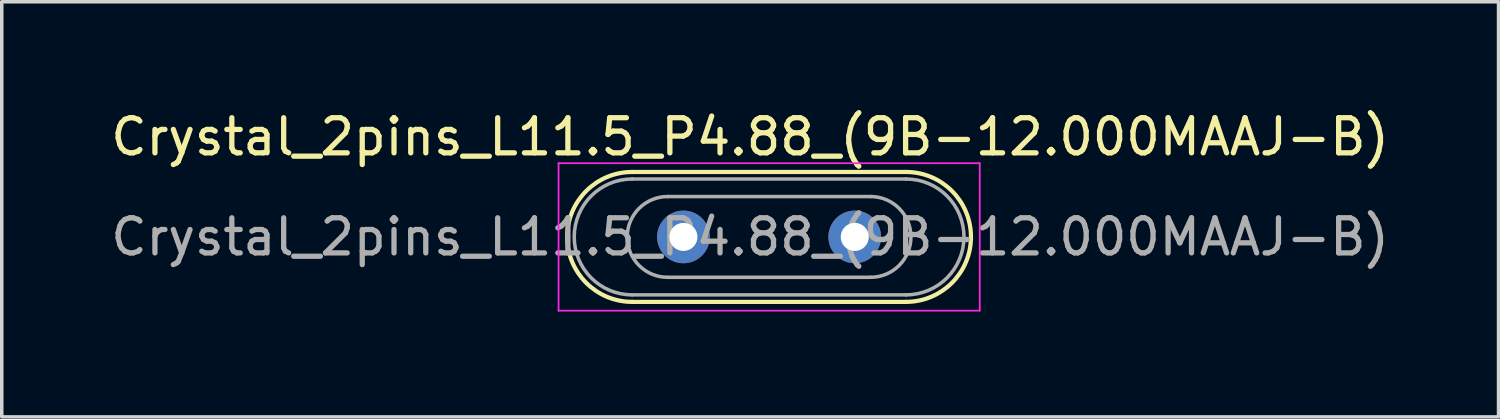
<source format=kicad_pcb>
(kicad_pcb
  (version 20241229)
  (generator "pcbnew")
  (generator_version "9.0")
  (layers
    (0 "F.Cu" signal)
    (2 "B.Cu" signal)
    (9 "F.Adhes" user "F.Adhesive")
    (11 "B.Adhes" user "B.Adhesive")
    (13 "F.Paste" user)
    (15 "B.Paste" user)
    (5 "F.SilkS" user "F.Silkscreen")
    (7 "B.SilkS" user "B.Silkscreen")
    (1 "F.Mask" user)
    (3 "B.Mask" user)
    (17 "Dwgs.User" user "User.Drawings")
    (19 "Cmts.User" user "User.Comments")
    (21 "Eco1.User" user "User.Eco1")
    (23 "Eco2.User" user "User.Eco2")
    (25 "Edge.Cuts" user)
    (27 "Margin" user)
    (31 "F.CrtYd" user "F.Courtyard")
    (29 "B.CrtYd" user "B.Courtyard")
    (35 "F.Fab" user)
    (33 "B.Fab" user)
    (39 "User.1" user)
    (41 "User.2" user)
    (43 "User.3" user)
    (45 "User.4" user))
  (footprint "Crystal_2pins_L11.5_P4.88_(9B-12.000MAAJ-B)"
    (layer "F.Cu")
    (at 16.415 3.698)
    (property "Reference" "Crystal_2pins_L11.5_P4.88_(9B-12.000MAAJ-B)" (at 1.9 -2.85 0) (layer "F.SilkS") (effects (font (size 1 1) (thickness 0.15))))
    (attr through_hole)
    (fp_line (start -1.46 -1.85) (end 6.34 -1.85) (stroke (width 0.12) (type solid)) (layer "F.SilkS"))
    (fp_line (start -1.46 1.85) (end 6.34 1.85) (stroke (width 0.12) (type solid)) (layer "F.SilkS"))
    (fp_arc (start -1.46 1.85) (mid -3.31 0) (end -1.46 -1.85) (stroke (width 0.12) (type solid)) (layer "F.SilkS"))
    (fp_arc (start 6.34 -1.85) (mid 8.19 0) (end 6.34 1.85) (stroke (width 0.12) (type solid)) (layer "F.SilkS"))
    (fp_line (start -3.56 2.1) (end 8.44 2.1) (stroke (width 0.05) (type solid)) (layer "F.CrtYd"))
    (fp_line (start -3.556 -2.1) (end -3.556 2.1) (stroke (width 0.05) (type solid)) (layer "F.CrtYd"))
    (fp_line (start 8.44 -2.1) (end -3.56 -2.1) (stroke (width 0.05) (type solid)) (layer "F.CrtYd"))
    (fp_line (start 8.44 2.1) (end 8.44 -2.1) (stroke (width 0.05) (type solid)) (layer "F.CrtYd"))
    (fp_line (start -1.46 -1.65) (end 6.34 -1.65) (stroke (width 0.1) (type solid)) (layer "F.Fab"))
    (fp_line (start -1.46 1.65) (end 6.34 1.65) (stroke (width 0.1) (type solid)) (layer "F.Fab"))
    (fp_line (start -0.45 -1.15) (end 5.33 -1.15) (stroke (width 0.1) (type solid)) (layer "F.Fab"))
    (fp_line (start -0.45 1.15) (end 5.33 1.15) (stroke (width 0.1) (type solid)) (layer "F.Fab"))
    (fp_arc (start -1.46 1.65) (mid -3.11 0) (end -1.46 -1.65) (stroke (width 0.1) (type solid)) (layer "F.Fab"))
    (fp_arc (start -0.45 1.15) (mid -1.6 0) (end -0.45 -1.15) (stroke (width 0.1) (type solid)) (layer "F.Fab"))
    (fp_arc (start 5.33 -1.15) (mid 6.48 0) (end 5.33 1.15) (stroke (width 0.1) (type solid)) (layer "F.Fab"))
    (fp_arc (start 6.34 -1.65) (mid 7.99 0) (end 6.34 1.65) (stroke (width 0.1) (type solid)) (layer "F.Fab"))
    (fp_text user "${REFERENCE}" (at 1.9 0 0) (layer "F.Fab") (effects (font (size 1 1) (thickness 0.15))))
    (pad "1" thru_hole circle (at 0 0) (size 1.5 1.5) (drill 0.8) (layers "*.Cu" "*.Mask"))
    (pad "2" thru_hole circle (at 4.88 0) (size 1.5 1.5) (drill 0.8) (layers "*.Cu" "*.Mask")))
  (gr_rect
    (start -3 -3)
    (end 39.631 8.823)
    (stroke (width 0.1) (type default))
    (fill no)
    (layer "Edge.Cuts")))
</source>
